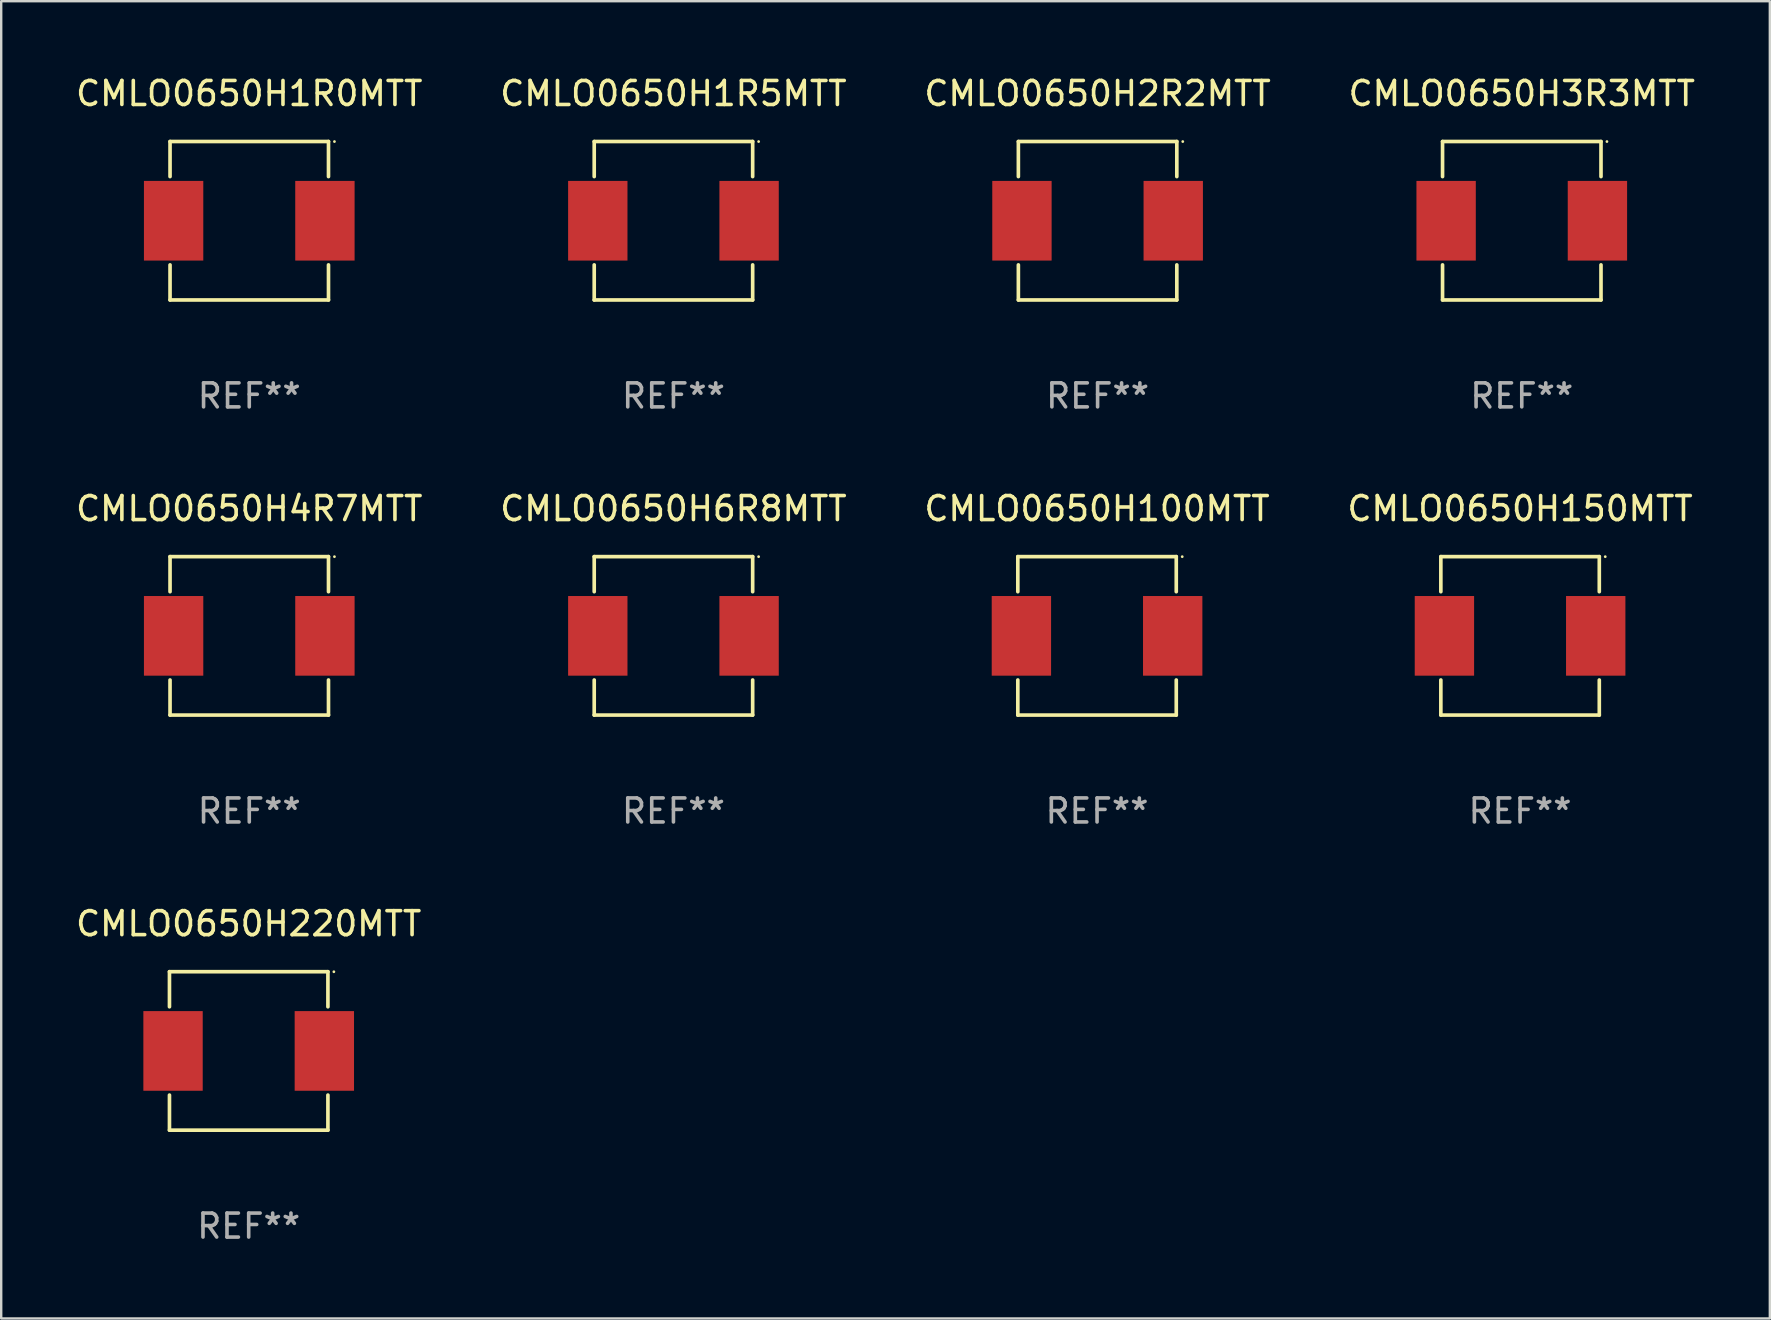
<source format=kicad_pcb>
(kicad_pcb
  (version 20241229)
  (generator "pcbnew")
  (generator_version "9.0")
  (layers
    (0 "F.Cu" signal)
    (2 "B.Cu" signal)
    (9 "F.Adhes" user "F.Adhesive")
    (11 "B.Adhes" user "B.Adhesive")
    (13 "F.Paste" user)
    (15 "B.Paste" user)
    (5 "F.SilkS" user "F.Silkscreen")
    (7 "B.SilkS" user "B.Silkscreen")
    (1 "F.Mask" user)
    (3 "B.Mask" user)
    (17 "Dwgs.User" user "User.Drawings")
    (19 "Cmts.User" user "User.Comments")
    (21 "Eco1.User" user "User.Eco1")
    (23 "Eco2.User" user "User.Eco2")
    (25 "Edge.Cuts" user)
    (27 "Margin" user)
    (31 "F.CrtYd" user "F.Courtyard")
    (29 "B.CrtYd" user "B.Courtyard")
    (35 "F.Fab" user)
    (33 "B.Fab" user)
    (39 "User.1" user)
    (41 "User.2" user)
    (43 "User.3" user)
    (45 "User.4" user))
  (footprint "CMLO0650H3R3MTT"
    (layer "F.Cu")
    (at 60.375 6.15)
    (property "Reference" "CMLO0650H3R3MTT" (at 0 -5.302 0) (layer "F.SilkS") (effects (font (size 1 1) (thickness 0.15))))
    (attr through_hole)
    (fp_line (start -3.302 -3.302) (end -3.302 -1.84) (stroke (width 0.152) (type solid)) (layer "F.SilkS"))
    (fp_line (start -3.302 1.84) (end -3.302 3.302) (stroke (width 0.152) (type solid)) (layer "F.SilkS"))
    (fp_line (start -3.302 3.302) (end 3.302 3.302) (stroke (width 0.152) (type solid)) (layer "F.SilkS"))
    (fp_line (start 3.302 -3.302) (end -3.302 -3.302) (stroke (width 0.152) (type solid)) (layer "F.SilkS"))
    (fp_line (start 3.302 -1.84) (end 3.302 -3.302) (stroke (width 0.152) (type solid)) (layer "F.SilkS"))
    (fp_line (start 3.302 3.302) (end 3.302 1.84) (stroke (width 0.152) (type solid)) (layer "F.SilkS"))
    (fp_circle (center 3.55 -3.3) (end 3.58 -3.3) (stroke (width 0.06) (type solid)) (fill no) (layer "F.SilkS"))
    (fp_text user "REF**" (at 0 7.302 0) (layer "F.Fab") (effects (font (size 1 1) (thickness 0.15))))
    (pad "1" smd rect (at 3.153 0) (size 2.474 3.32) (layers "F.Cu" "F.Mask" "F.Paste"))
    (pad "2" smd rect (at -3.153 0) (size 2.474 3.32) (layers "F.Cu" "F.Mask" "F.Paste")))
  (footprint "CMLO0650H4R7MTT"
    (layer "F.Cu")
    (at 7.339 23.451)
    (property "Reference" "CMLO0650H4R7MTT" (at 0 -5.302 0) (layer "F.SilkS") (effects (font (size 1 1) (thickness 0.15))))
    (attr through_hole)
    (fp_line (start -3.302 -3.302) (end -3.302 -1.84) (stroke (width 0.152) (type solid)) (layer "F.SilkS"))
    (fp_line (start -3.302 1.84) (end -3.302 3.302) (stroke (width 0.152) (type solid)) (layer "F.SilkS"))
    (fp_line (start -3.302 3.302) (end 3.302 3.302) (stroke (width 0.152) (type solid)) (layer "F.SilkS"))
    (fp_line (start 3.302 -3.302) (end -3.302 -3.302) (stroke (width 0.152) (type solid)) (layer "F.SilkS"))
    (fp_line (start 3.302 -1.84) (end 3.302 -3.302) (stroke (width 0.152) (type solid)) (layer "F.SilkS"))
    (fp_line (start 3.302 3.302) (end 3.302 1.84) (stroke (width 0.152) (type solid)) (layer "F.SilkS"))
    (fp_circle (center 3.55 -3.3) (end 3.58 -3.3) (stroke (width 0.06) (type solid)) (fill no) (layer "F.SilkS"))
    (fp_text user "REF**" (at 0 7.302 0) (layer "F.Fab") (effects (font (size 1 1) (thickness 0.15))))
    (pad "1" smd rect (at 3.153 0) (size 2.474 3.32) (layers "F.Cu" "F.Mask" "F.Paste"))
    (pad "2" smd rect (at -3.153 0) (size 2.474 3.32) (layers "F.Cu" "F.Mask" "F.Paste")))
  (footprint "CMLO0650H220MTT"
    (layer "F.Cu")
    (at 7.315 40.751)
    (property "Reference" "CMLO0650H220MTT" (at 0 -5.302 0) (layer "F.SilkS") (effects (font (size 1 1) (thickness 0.15))))
    (attr through_hole)
    (fp_line (start -3.302 -3.302) (end -3.302 -1.84) (stroke (width 0.152) (type solid)) (layer "F.SilkS"))
    (fp_line (start -3.302 1.84) (end -3.302 3.302) (stroke (width 0.152) (type solid)) (layer "F.SilkS"))
    (fp_line (start -3.302 3.302) (end 3.302 3.302) (stroke (width 0.152) (type solid)) (layer "F.SilkS"))
    (fp_line (start 3.302 -3.302) (end -3.302 -3.302) (stroke (width 0.152) (type solid)) (layer "F.SilkS"))
    (fp_line (start 3.302 -1.84) (end 3.302 -3.302) (stroke (width 0.152) (type solid)) (layer "F.SilkS"))
    (fp_line (start 3.302 3.302) (end 3.302 1.84) (stroke (width 0.152) (type solid)) (layer "F.SilkS"))
    (fp_circle (center 3.55 -3.3) (end 3.58 -3.3) (stroke (width 0.06) (type solid)) (fill no) (layer "F.SilkS"))
    (fp_text user "REF**" (at 0 7.302 0) (layer "F.Fab") (effects (font (size 1 1) (thickness 0.15))))
    (pad "1" smd rect (at 3.153 0) (size 2.474 3.32) (layers "F.Cu" "F.Mask" "F.Paste"))
    (pad "2" smd rect (at -3.153 0) (size 2.474 3.32) (layers "F.Cu" "F.Mask" "F.Paste")))
  (footprint "CMLO0650H1R0MTT"
    (layer "F.Cu")
    (at 7.339 6.15)
    (property "Reference" "CMLO0650H1R0MTT" (at 0 -5.302 0) (layer "F.SilkS") (effects (font (size 1 1) (thickness 0.15))))
    (attr through_hole)
    (fp_line (start -3.302 -3.302) (end -3.302 -1.84) (stroke (width 0.152) (type solid)) (layer "F.SilkS"))
    (fp_line (start -3.302 1.84) (end -3.302 3.302) (stroke (width 0.152) (type solid)) (layer "F.SilkS"))
    (fp_line (start -3.302 3.302) (end 3.302 3.302) (stroke (width 0.152) (type solid)) (layer "F.SilkS"))
    (fp_line (start 3.302 -3.302) (end -3.302 -3.302) (stroke (width 0.152) (type solid)) (layer "F.SilkS"))
    (fp_line (start 3.302 -1.84) (end 3.302 -3.302) (stroke (width 0.152) (type solid)) (layer "F.SilkS"))
    (fp_line (start 3.302 3.302) (end 3.302 1.84) (stroke (width 0.152) (type solid)) (layer "F.SilkS"))
    (fp_circle (center 3.55 -3.3) (end 3.58 -3.3) (stroke (width 0.06) (type solid)) (fill no) (layer "F.SilkS"))
    (fp_text user "REF**" (at 0 7.302 0) (layer "F.Fab") (effects (font (size 1 1) (thickness 0.15))))
    (pad "1" smd rect (at 3.153 0) (size 2.474 3.32) (layers "F.Cu" "F.Mask" "F.Paste"))
    (pad "2" smd rect (at -3.153 0) (size 2.474 3.32) (layers "F.Cu" "F.Mask" "F.Paste")))
  (footprint "CMLO0650H100MTT"
    (layer "F.Cu")
    (at 42.673 23.451)
    (property "Reference" "CMLO0650H100MTT" (at 0 -5.302 0) (layer "F.SilkS") (effects (font (size 1 1) (thickness 0.15))))
    (attr through_hole)
    (fp_line (start -3.302 -3.302) (end -3.302 -1.84) (stroke (width 0.152) (type solid)) (layer "F.SilkS"))
    (fp_line (start -3.302 1.84) (end -3.302 3.302) (stroke (width 0.152) (type solid)) (layer "F.SilkS"))
    (fp_line (start -3.302 3.302) (end 3.302 3.302) (stroke (width 0.152) (type solid)) (layer "F.SilkS"))
    (fp_line (start 3.302 -3.302) (end -3.302 -3.302) (stroke (width 0.152) (type solid)) (layer "F.SilkS"))
    (fp_line (start 3.302 -1.84) (end 3.302 -3.302) (stroke (width 0.152) (type solid)) (layer "F.SilkS"))
    (fp_line (start 3.302 3.302) (end 3.302 1.84) (stroke (width 0.152) (type solid)) (layer "F.SilkS"))
    (fp_circle (center 3.55 -3.3) (end 3.58 -3.3) (stroke (width 0.06) (type solid)) (fill no) (layer "F.SilkS"))
    (fp_text user "REF**" (at 0 7.302 0) (layer "F.Fab") (effects (font (size 1 1) (thickness 0.15))))
    (pad "1" smd rect (at 3.153 0) (size 2.474 3.32) (layers "F.Cu" "F.Mask" "F.Paste"))
    (pad "2" smd rect (at -3.153 0) (size 2.474 3.32) (layers "F.Cu" "F.Mask" "F.Paste")))
  (footprint "CMLO0650H6R8MTT"
    (layer "F.Cu")
    (at 25.018 23.451)
    (property "Reference" "CMLO0650H6R8MTT" (at 0 -5.302 0) (layer "F.SilkS") (effects (font (size 1 1) (thickness 0.15))))
    (attr through_hole)
    (fp_line (start -3.302 -3.302) (end -3.302 -1.84) (stroke (width 0.152) (type solid)) (layer "F.SilkS"))
    (fp_line (start -3.302 1.84) (end -3.302 3.302) (stroke (width 0.152) (type solid)) (layer "F.SilkS"))
    (fp_line (start -3.302 3.302) (end 3.302 3.302) (stroke (width 0.152) (type solid)) (layer "F.SilkS"))
    (fp_line (start 3.302 -3.302) (end -3.302 -3.302) (stroke (width 0.152) (type solid)) (layer "F.SilkS"))
    (fp_line (start 3.302 -1.84) (end 3.302 -3.302) (stroke (width 0.152) (type solid)) (layer "F.SilkS"))
    (fp_line (start 3.302 3.302) (end 3.302 1.84) (stroke (width 0.152) (type solid)) (layer "F.SilkS"))
    (fp_circle (center 3.55 -3.3) (end 3.58 -3.3) (stroke (width 0.06) (type solid)) (fill no) (layer "F.SilkS"))
    (fp_text user "REF**" (at 0 7.302 0) (layer "F.Fab") (effects (font (size 1 1) (thickness 0.15))))
    (pad "1" smd rect (at 3.153 0) (size 2.474 3.32) (layers "F.Cu" "F.Mask" "F.Paste"))
    (pad "2" smd rect (at -3.153 0) (size 2.474 3.32) (layers "F.Cu" "F.Mask" "F.Paste")))
  (footprint "CMLO0650H2R2MTT"
    (layer "F.Cu")
    (at 42.696 6.15)
    (property "Reference" "CMLO0650H2R2MTT" (at 0 -5.302 0) (layer "F.SilkS") (effects (font (size 1 1) (thickness 0.15))))
    (attr through_hole)
    (fp_line (start -3.302 -3.302) (end -3.302 -1.84) (stroke (width 0.152) (type solid)) (layer "F.SilkS"))
    (fp_line (start -3.302 1.84) (end -3.302 3.302) (stroke (width 0.152) (type solid)) (layer "F.SilkS"))
    (fp_line (start -3.302 3.302) (end 3.302 3.302) (stroke (width 0.152) (type solid)) (layer "F.SilkS"))
    (fp_line (start 3.302 -3.302) (end -3.302 -3.302) (stroke (width 0.152) (type solid)) (layer "F.SilkS"))
    (fp_line (start 3.302 -1.84) (end 3.302 -3.302) (stroke (width 0.152) (type solid)) (layer "F.SilkS"))
    (fp_line (start 3.302 3.302) (end 3.302 1.84) (stroke (width 0.152) (type solid)) (layer "F.SilkS"))
    (fp_circle (center 3.55 -3.3) (end 3.58 -3.3) (stroke (width 0.06) (type solid)) (fill no) (layer "F.SilkS"))
    (fp_text user "REF**" (at 0 7.302 0) (layer "F.Fab") (effects (font (size 1 1) (thickness 0.15))))
    (pad "1" smd rect (at 3.153 0) (size 2.474 3.32) (layers "F.Cu" "F.Mask" "F.Paste"))
    (pad "2" smd rect (at -3.153 0) (size 2.474 3.32) (layers "F.Cu" "F.Mask" "F.Paste")))
  (footprint "CMLO0650H1R5MTT"
    (layer "F.Cu")
    (at 25.018 6.15)
    (property "Reference" "CMLO0650H1R5MTT" (at 0 -5.302 0) (layer "F.SilkS") (effects (font (size 1 1) (thickness 0.15))))
    (attr through_hole)
    (fp_line (start -3.302 -3.302) (end -3.302 -1.84) (stroke (width 0.152) (type solid)) (layer "F.SilkS"))
    (fp_line (start -3.302 1.84) (end -3.302 3.302) (stroke (width 0.152) (type solid)) (layer "F.SilkS"))
    (fp_line (start -3.302 3.302) (end 3.302 3.302) (stroke (width 0.152) (type solid)) (layer "F.SilkS"))
    (fp_line (start 3.302 -3.302) (end -3.302 -3.302) (stroke (width 0.152) (type solid)) (layer "F.SilkS"))
    (fp_line (start 3.302 -1.84) (end 3.302 -3.302) (stroke (width 0.152) (type solid)) (layer "F.SilkS"))
    (fp_line (start 3.302 3.302) (end 3.302 1.84) (stroke (width 0.152) (type solid)) (layer "F.SilkS"))
    (fp_circle (center 3.55 -3.3) (end 3.58 -3.3) (stroke (width 0.06) (type solid)) (fill no) (layer "F.SilkS"))
    (fp_text user "REF**" (at 0 7.302 0) (layer "F.Fab") (effects (font (size 1 1) (thickness 0.15))))
    (pad "1" smd rect (at 3.153 0) (size 2.474 3.32) (layers "F.Cu" "F.Mask" "F.Paste"))
    (pad "2" smd rect (at -3.153 0) (size 2.474 3.32) (layers "F.Cu" "F.Mask" "F.Paste")))
  (footprint "CMLO0650H150MTT"
    (layer "F.Cu")
    (at 60.304 23.451)
    (property "Reference" "CMLO0650H150MTT" (at 0 -5.302 0) (layer "F.SilkS") (effects (font (size 1 1) (thickness 0.15))))
    (attr through_hole)
    (fp_line (start -3.302 -3.302) (end -3.302 -1.84) (stroke (width 0.152) (type solid)) (layer "F.SilkS"))
    (fp_line (start -3.302 1.84) (end -3.302 3.302) (stroke (width 0.152) (type solid)) (layer "F.SilkS"))
    (fp_line (start -3.302 3.302) (end 3.302 3.302) (stroke (width 0.152) (type solid)) (layer "F.SilkS"))
    (fp_line (start 3.302 -3.302) (end -3.302 -3.302) (stroke (width 0.152) (type solid)) (layer "F.SilkS"))
    (fp_line (start 3.302 -1.84) (end 3.302 -3.302) (stroke (width 0.152) (type solid)) (layer "F.SilkS"))
    (fp_line (start 3.302 3.302) (end 3.302 1.84) (stroke (width 0.152) (type solid)) (layer "F.SilkS"))
    (fp_circle (center 3.55 -3.3) (end 3.58 -3.3) (stroke (width 0.06) (type solid)) (fill no) (layer "F.SilkS"))
    (fp_text user "REF**" (at 0 7.302 0) (layer "F.Fab") (effects (font (size 1 1) (thickness 0.15))))
    (pad "1" smd rect (at 3.153 0) (size 2.474 3.32) (layers "F.Cu" "F.Mask" "F.Paste"))
    (pad "2" smd rect (at -3.153 0) (size 2.474 3.32) (layers "F.Cu" "F.Mask" "F.Paste")))
  (gr_rect
    (start -3 -3)
    (end 70.714 51.902)
    (stroke (width 0.1) (type default))
    (fill no)
    (layer "Edge.Cuts")))
</source>
